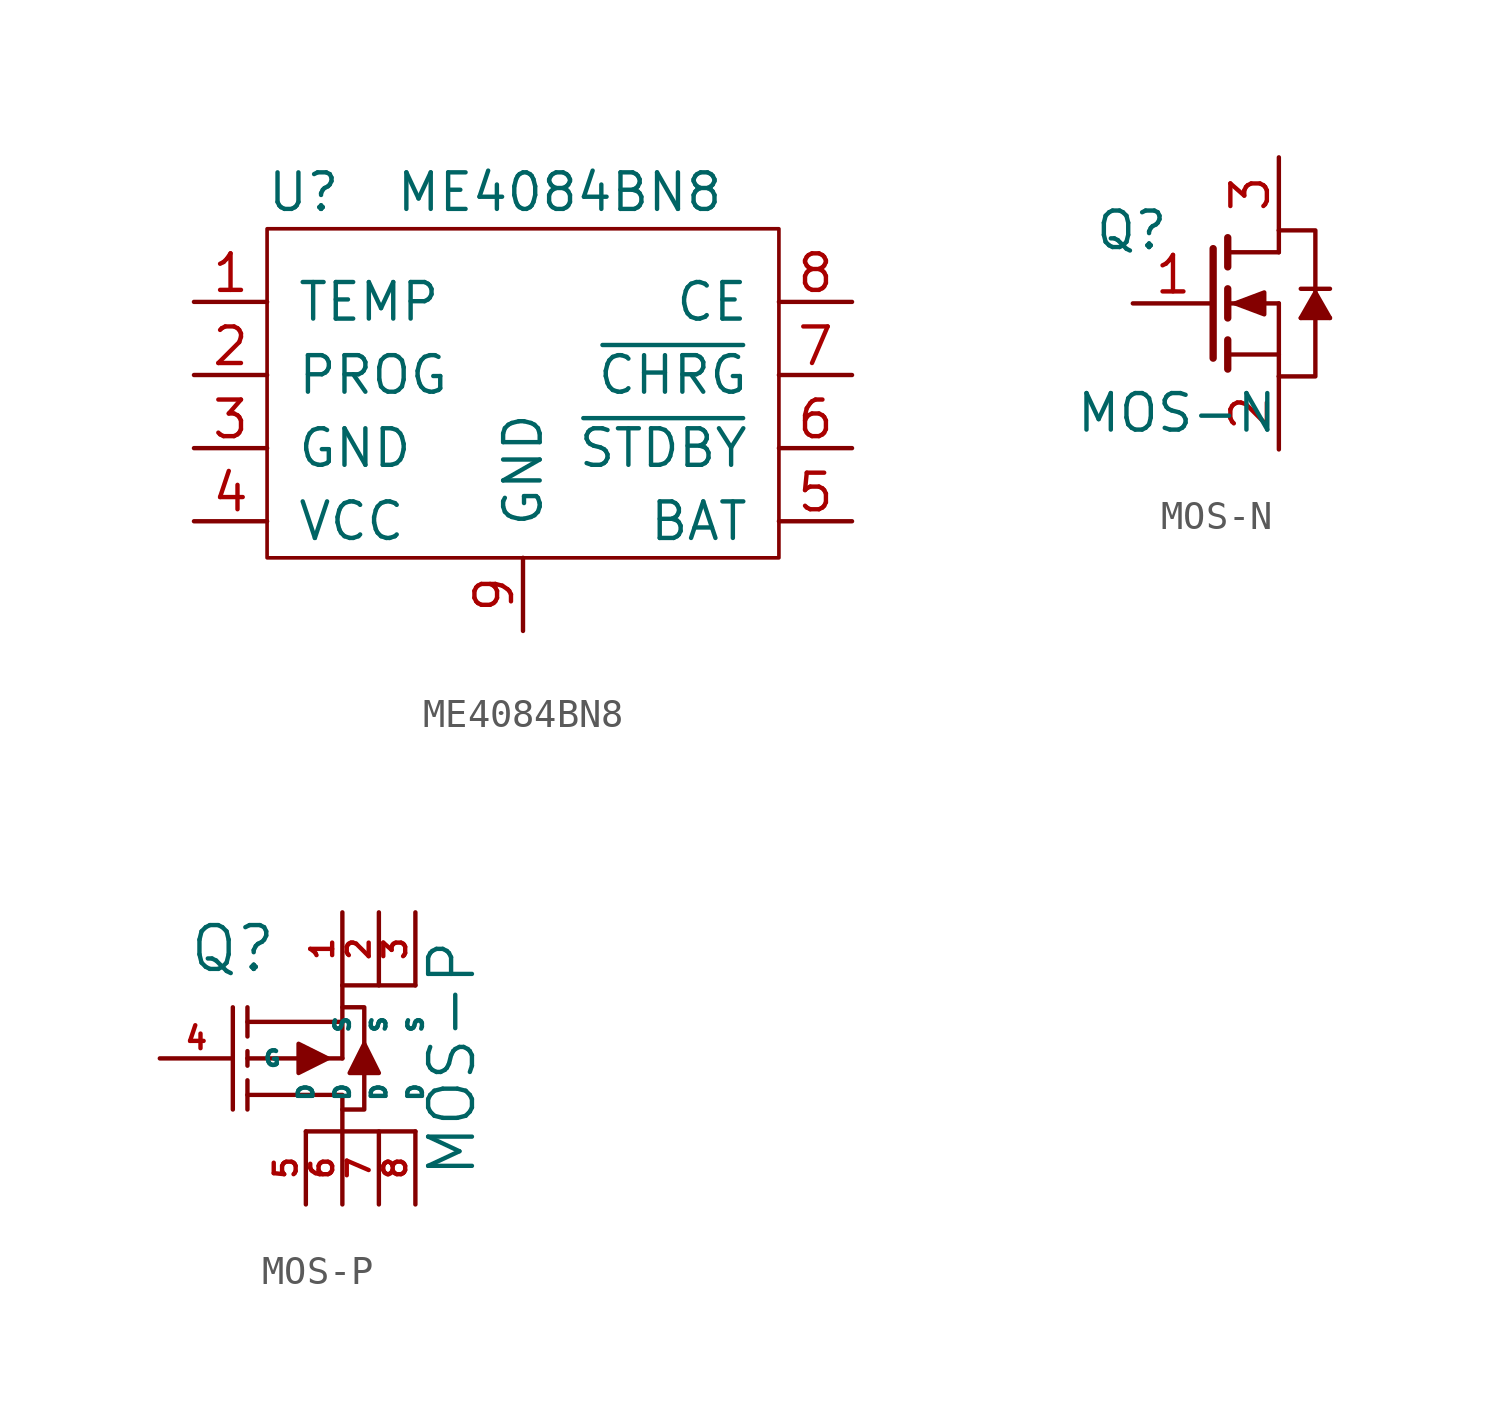
<source format=kicad_sym>
(kicad_symbol_lib
  (version 20220914)
  (generator kicad_symbol_editor)
  (symbol "ME4084BN8"
    (pin_names
      (offset 1.016))
    (property "Reference" "U"
      (at 1.27 1.27 0)
      (effects (font (size 1.27 1.27))))
    (property "Value" "ME4084BN8"
      (at 10.16 1.27 0)
      (effects (font (size 1.27 1.27))))
    (symbol "ME4084BN8_0_1"
      (rectangle (start 0 0) (end 17.78 -11.43) (stroke (width 0.127) (type default)) (fill (type none))))
    (symbol "ME4084BN8_1_1"
      (pin passive line (at -2.54 -2.54 0) (length 2.54) (name "TEMP" (effects (font (size 1.27 1.27)))) (number "1" (effects (font (size 1.27 1.27)))))
      (pin passive line (at -2.54 -5.08 0) (length 2.54) (name "PROG" (effects (font (size 1.27 1.27)))) (number "2" (effects (font (size 1.27 1.27)))))
      (pin power_in line (at -2.54 -7.62 0) (length 2.54) (name "GND" (effects (font (size 1.27 1.27)))) (number "3" (effects (font (size 1.27 1.27)))))
      (pin power_in line (at -2.54 -10.16 0) (length 2.54) (name "VCC" (effects (font (size 1.27 1.27)))) (number "4" (effects (font (size 1.27 1.27)))))
      (pin power_out line (at 20.32 -10.16 180) (length 2.54) (name "BAT" (effects (font (size 1.27 1.27)))) (number "5" (effects (font (size 1.27 1.27)))))
      (pin open_collector line (at 20.32 -7.62 180) (length 2.54) (name "~{STDBY}" (effects (font (size 1.27 1.27)))) (number "6" (effects (font (size 1.27 1.27)))))
      (pin open_collector line (at 20.32 -5.08 180) (length 2.54) (name "~{CHRG}" (effects (font (size 1.27 1.27)))) (number "7" (effects (font (size 1.27 1.27)))))
      (pin input line (at 20.32 -2.54 180) (length 2.54) (name "CE" (effects (font (size 1.27 1.27)))) (number "8" (effects (font (size 1.27 1.27)))))
      (pin power_in line (at 8.89 -13.97 90) (length 2.54) (name "GND" (effects (font (size 1.27 1.27)))) (number "9" (effects (font (size 1.27 1.27)))))))
  (symbol "MOS-N"
    (pin_names
      (offset 0) hide)
    (property "Reference" "Q"
      (at -3.81 2.54 0)
      (effects (font (size 1.27 1.27)) (justify right)))
    (property "Value" "MOS-N"
      (at 0 -3.81 0)
      (effects (font (size 1.27 1.27)) (justify right)))
    (property "Footprint" ""
      (at 2.54 2.54 0)
      (effects (font (size 1.27 1.27))))
    (property "Datasheet" ""
      (at -2.54 0 0)
      (effects (font (size 1.27 1.27))))
    (symbol "MOS-N_0_1"
      (polyline (pts (xy -1.778 -1.778) (xy 0 -1.778)) (stroke (width 0) (type default)) (fill (type none)))
      (polyline (pts (xy -1.778 -1.27) (xy -1.778 -2.286)) (stroke (width 0.254) (type default)) (fill (type none)))
      (polyline (pts (xy -1.778 0) (xy 0 0)) (stroke (width 0) (type default)) (fill (type none)))
      (polyline (pts (xy -1.778 0.508) (xy -1.778 -0.508)) (stroke (width 0.254) (type default)) (fill (type none)))
      (polyline (pts (xy -1.778 1.778) (xy 0 1.778)) (stroke (width 0) (type default)) (fill (type none)))
      (polyline (pts (xy -1.778 2.286) (xy -1.778 1.27)) (stroke (width 0.254) (type default)) (fill (type none)))
      (polyline (pts (xy 0 -1.778) (xy 0 -2.54)) (stroke (width 0) (type default)) (fill (type none)))
      (polyline (pts (xy 0 -1.778) (xy 0 0)) (stroke (width 0) (type default)) (fill (type none)))
      (polyline (pts (xy 0 2.54) (xy 0 1.778)) (stroke (width 0) (type default)) (fill (type none)))
      (polyline (pts (xy 0.762 -0.508) (xy 1.778 -0.508)) (stroke (width 0) (type default)) (fill (type none)))
      (polyline (pts (xy -2.286 1.905) (xy -2.286 -1.905) (xy -2.286 -1.905)) (stroke (width 0.254) (type default)) (fill (type none)))
      (polyline (pts (xy 0.762 -0.508) (xy 1.27 0.381) (xy 1.778 -0.508)) (stroke (width 0) (type default)) (fill (type outline)))
      (polyline (pts (xy -1.524 0) (xy -0.508 0.381) (xy -0.508 -0.381) (xy -1.524 0)) (stroke (width 0) (type default)) (fill (type outline)))
      (polyline (pts (xy 0 2.54) (xy 1.27 2.54) (xy 1.27 -2.54) (xy 0 -2.54)) (stroke (width 0) (type default)) (fill (type none)))
      (rectangle (start 0.762 0.508) (end 1.778 0.508) (stroke (width 0) (type default)) (fill (type none))))
    (symbol "MOS-N_1_1"
      (pin input line (at -5.08 0 0) (length 2.794) (name "G" (effects (font (size 1.27 1.27)))) (number "1" (effects (font (size 1.27 1.27)))))
      (pin passive line (at 0 -5.08 90) (length 2.54) (name "S" (effects (font (size 1.27 1.27)))) (number "2" (effects (font (size 1.27 1.27)))))
      (pin passive line (at 0 5.08 270) (length 2.54) (name "D" (effects (font (size 1.27 1.27)))) (number "3" (effects (font (size 1.27 1.27)))))))
  (symbol "MOS-P"
    (pin_names
      (offset 1.016))
    (property "Reference" "Q"
      (at -3.81 3.81 0)
      (effects (font (size 1.524 1.524))))
    (property "Value" "MOS-P"
      (at 3.81 0 90)
      (effects (font (size 1.524 1.524))))
    (property "Footprint" ""
      (at 0 0 0)
      (effects (font (size 1.524 1.524))))
    (property "Datasheet" ""
      (at 0 0 0)
      (effects (font (size 1.524 1.524))))
    (symbol "MOS-P_0_1"
      (polyline (pts (xy -3.81 1.778) (xy -3.81 -1.778)) (stroke (width 0) (type default)) (fill (type none)))
      (polyline (pts (xy -3.302 -0.762) (xy -3.302 -1.778)) (stroke (width 0) (type default)) (fill (type none)))
      (polyline (pts (xy -3.302 0) (xy 0 0)) (stroke (width 0) (type default)) (fill (type none)))
      (polyline (pts (xy -3.302 0.254) (xy -3.302 -0.254)) (stroke (width 0) (type default)) (fill (type none)))
      (polyline (pts (xy -3.302 1.27) (xy 0 1.27)) (stroke (width 0) (type default)) (fill (type none)))
      (polyline (pts (xy -3.302 1.778) (xy -3.302 0.762)) (stroke (width 0) (type default)) (fill (type none)))
      (polyline (pts (xy -1.27 -2.54) (xy 2.54 -2.54)) (stroke (width 0) (type default)) (fill (type none)))
      (polyline (pts (xy 0 0) (xy 0 2.54)) (stroke (width 0) (type default)) (fill (type none)))
      (polyline (pts (xy 0 2.54) (xy 2.54 2.54)) (stroke (width 0) (type default)) (fill (type none)))
      (polyline (pts (xy -3.302 -1.27) (xy 0 -1.27) (xy 0 -2.54)) (stroke (width 0) (type default)) (fill (type none)))
      (polyline (pts (xy -0.508 0) (xy -1.524 0.508) (xy -1.524 -0.508) (xy -0.508 0)) (stroke (width 0) (type default)) (fill (type outline)))
      (polyline (pts (xy 0 1.778) (xy 0.762 1.778) (xy 0.762 -1.778) (xy 0 -1.778)) (stroke (width 0) (type default)) (fill (type none)))
      (polyline (pts (xy 0.762 0.508) (xy 0.254 -0.508) (xy 1.27 -0.508) (xy 0.762 0.508)) (stroke (width 0) (type default)) (fill (type outline))))
    (symbol "MOS-P_1_1"
      (pin input line (at 0 5.08 270) (length 2.54) (name "S" (effects (font (size 0.508 0.508)))) (number "1" (effects (font (size 0.762 0.762)))))
      (pin input line (at 1.27 5.08 270) (length 2.54) (name "S" (effects (font (size 0.508 0.508)))) (number "2" (effects (font (size 0.762 0.762)))))
      (pin input line (at 2.54 5.08 270) (length 2.54) (name "S" (effects (font (size 0.508 0.508)))) (number "3" (effects (font (size 0.762 0.762)))))
      (pin input line (at -6.35 0 0) (length 2.54) (name "G" (effects (font (size 0.508 0.508)))) (number "4" (effects (font (size 0.762 0.762)))))
      (pin input line (at -1.27 -5.08 90) (length 2.54) (name "D" (effects (font (size 0.508 0.508)))) (number "5" (effects (font (size 0.762 0.762)))))
      (pin input line (at 0 -5.08 90) (length 2.54) (name "D" (effects (font (size 0.508 0.508)))) (number "6" (effects (font (size 0.762 0.762)))))
      (pin input line (at 1.27 -5.08 90) (length 2.54) (name "D" (effects (font (size 0.508 0.508)))) (number "7" (effects (font (size 0.762 0.762)))))
      (pin input line (at 2.54 -5.08 90) (length 2.54) (name "D" (effects (font (size 0.508 0.508)))) (number "8" (effects (font (size 0.762 0.762))))))))
</source>
